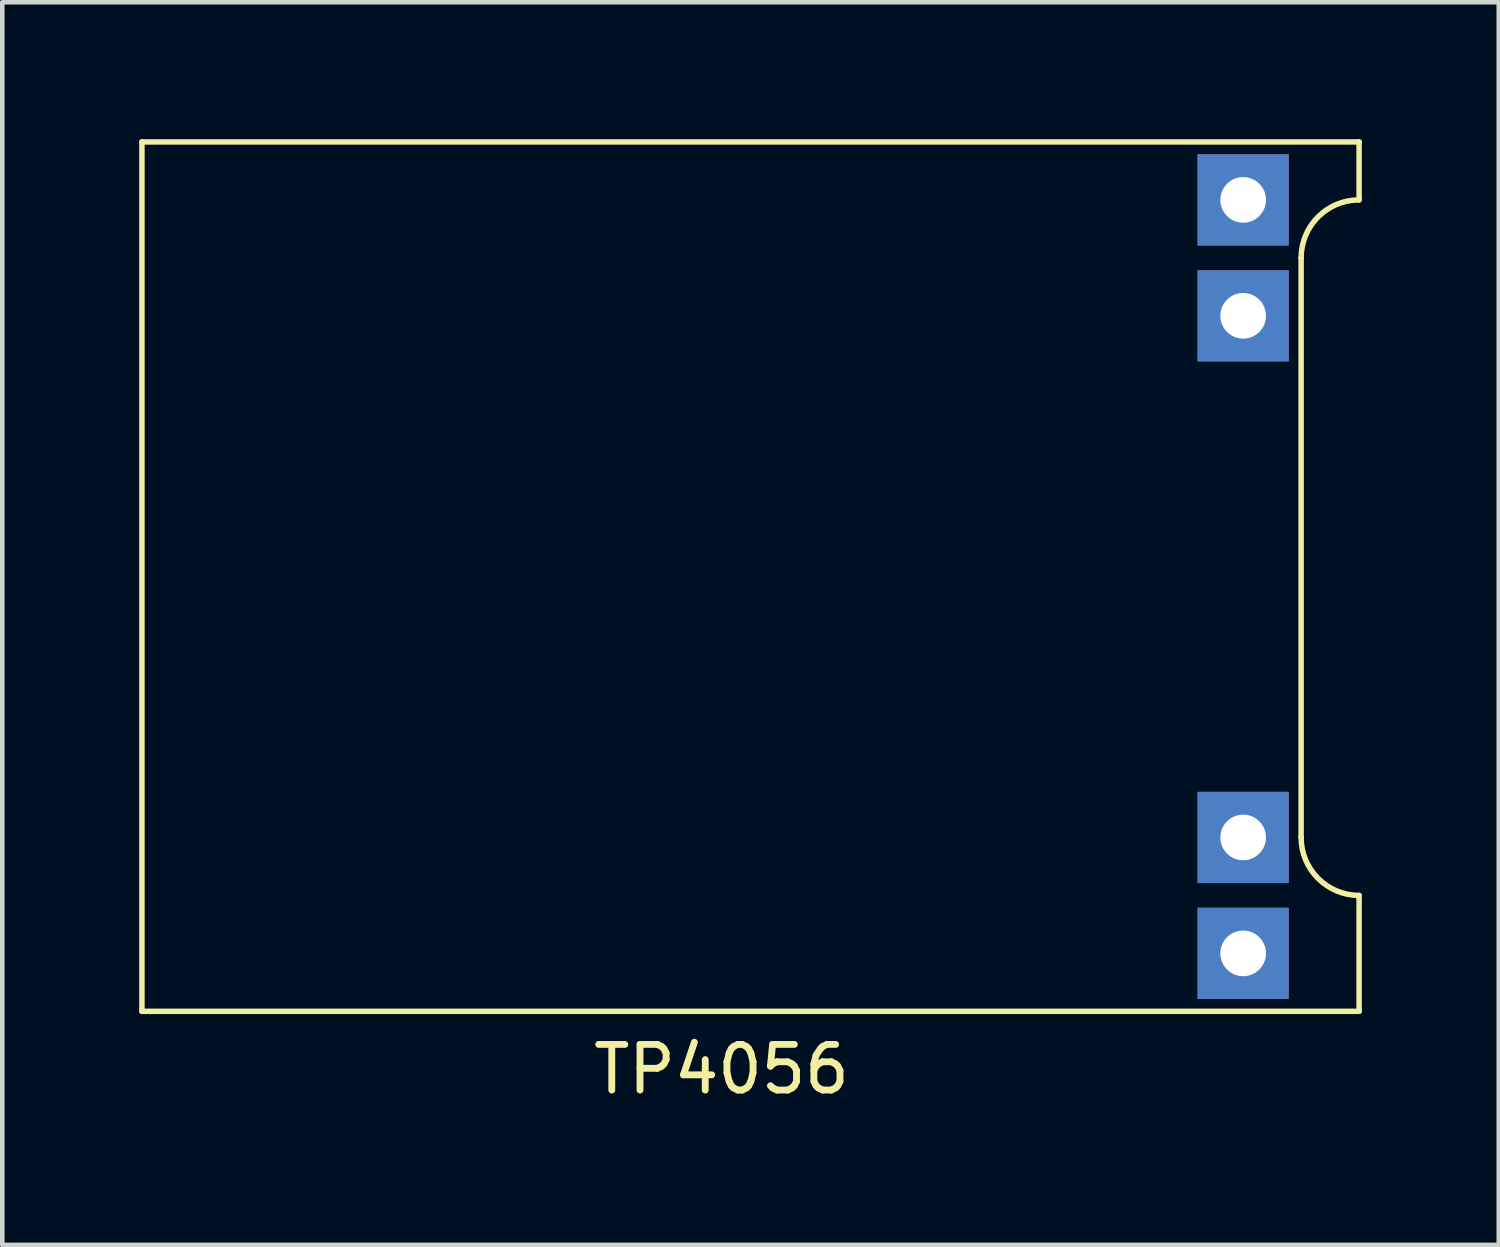
<source format=kicad_pcb>
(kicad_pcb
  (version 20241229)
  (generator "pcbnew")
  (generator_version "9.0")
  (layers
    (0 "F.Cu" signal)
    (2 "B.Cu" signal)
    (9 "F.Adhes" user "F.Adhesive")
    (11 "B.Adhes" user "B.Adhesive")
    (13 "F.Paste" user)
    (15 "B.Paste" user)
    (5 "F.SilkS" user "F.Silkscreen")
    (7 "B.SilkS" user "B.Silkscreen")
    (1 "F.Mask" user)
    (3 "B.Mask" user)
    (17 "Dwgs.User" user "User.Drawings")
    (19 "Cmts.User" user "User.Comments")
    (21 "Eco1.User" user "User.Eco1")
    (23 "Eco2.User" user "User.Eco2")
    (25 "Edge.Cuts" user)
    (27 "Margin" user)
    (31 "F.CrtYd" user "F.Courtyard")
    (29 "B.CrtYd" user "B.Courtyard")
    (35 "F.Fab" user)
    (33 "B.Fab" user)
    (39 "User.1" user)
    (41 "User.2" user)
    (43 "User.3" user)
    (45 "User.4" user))
  (footprint "TP4056"
    (layer "F.Cu")
    (at 12.76 8.95)
    (property "Reference" "TP4056" (at 0 11.43 0) (layer "F.SilkS") (effects (font (size 1 1) (thickness 0.15))))
    (attr through_hole)
    (fp_line (start -12.7 -8.89) (end -12.7 10.16) (stroke (width 0.12) (type solid)) (layer "F.SilkS"))
    (fp_line (start -12.7 10.16) (end 13.97 10.16) (stroke (width 0.12) (type solid)) (layer "F.SilkS"))
    (fp_line (start 12.7 6.35) (end 12.7 -6.35) (stroke (width 0.12) (type solid)) (layer "F.SilkS"))
    (fp_line (start 13.97 -8.89) (end -12.7 -8.89) (stroke (width 0.12) (type solid)) (layer "F.SilkS"))
    (fp_line (start 13.97 -8.89) (end 13.97 -7.62) (stroke (width 0.12) (type solid)) (layer "F.SilkS"))
    (fp_line (start 13.97 10.16) (end 13.97 7.62) (stroke (width 0.12) (type solid)) (layer "F.SilkS"))
    (fp_arc (start 12.7 -6.35) (mid 13.071974 -7.248026) (end 13.97 -7.62) (stroke (width 0.12) (type solid)) (layer "F.SilkS"))
    (fp_arc (start 13.97 7.62) (mid 13.071974 7.248026) (end 12.7 6.35) (stroke (width 0.12) (type solid)) (layer "F.SilkS"))
    (pad "1" thru_hole rect (at 11.43 6.35) (size 2 2) (drill 1) (layers "*.Cu" "*.Mask"))
    (pad "2" thru_hole rect (at 11.43 -5.08) (size 2 2) (drill 1) (layers "*.Cu" "*.Mask"))
    (pad "3" thru_hole rect (at 11.43 8.89) (size 2 2) (drill 1) (layers "*.Cu" "*.Mask"))
    (pad "4" thru_hole rect (at 11.43 -7.62) (size 2 2) (drill 1) (layers "*.Cu" "*.Mask")))
  (gr_rect
    (start -3 -3)
    (end 29.79 24.228)
    (stroke (width 0.1) (type default))
    (fill no)
    (layer "Edge.Cuts")))
</source>
